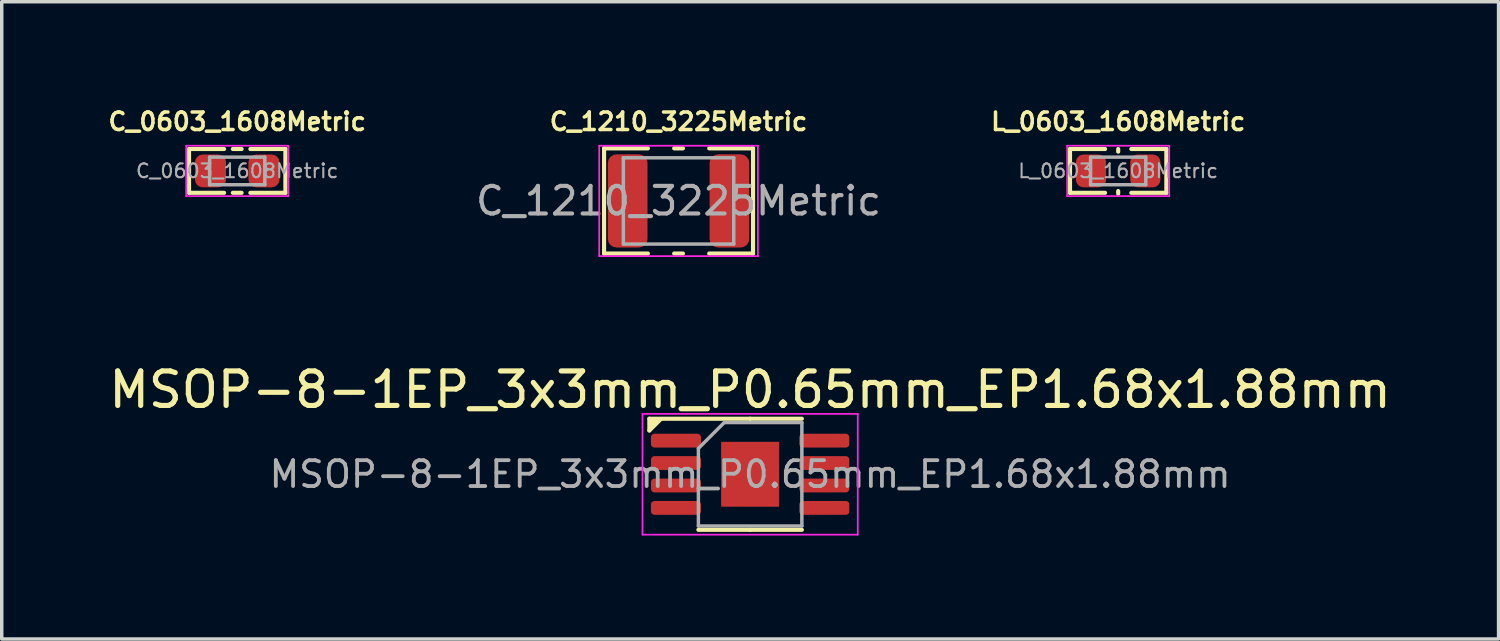
<source format=kicad_pcb>
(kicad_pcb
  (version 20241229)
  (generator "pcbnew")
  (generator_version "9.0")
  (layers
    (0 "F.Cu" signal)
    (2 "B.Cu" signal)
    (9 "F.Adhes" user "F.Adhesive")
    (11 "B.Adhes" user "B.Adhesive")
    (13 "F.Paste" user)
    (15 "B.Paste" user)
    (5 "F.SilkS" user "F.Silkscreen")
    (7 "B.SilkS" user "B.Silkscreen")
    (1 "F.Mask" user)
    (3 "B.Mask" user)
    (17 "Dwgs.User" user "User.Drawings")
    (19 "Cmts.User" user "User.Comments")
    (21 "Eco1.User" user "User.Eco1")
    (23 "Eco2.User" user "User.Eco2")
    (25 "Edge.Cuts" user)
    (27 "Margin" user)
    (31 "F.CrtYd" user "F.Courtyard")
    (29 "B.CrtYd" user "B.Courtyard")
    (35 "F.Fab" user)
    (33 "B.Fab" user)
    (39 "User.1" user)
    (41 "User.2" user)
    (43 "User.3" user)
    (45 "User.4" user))
  (footprint "L_0603_1608Metric"
    (layer "F.Cu")
    (at 29.366 1.905)
    (property "Reference" "L_0603_1608Metric" (at 0 -1.43 0) (layer "F.SilkS") (effects (font (size 0.508 0.508) (thickness 0.102) (bold yes))))
    (attr smd)
    (fp_line (start -1.397 -0.635) (end -1.397 0.635) (stroke (width 0.12) (type default)) (layer "F.SilkS"))
    (fp_line (start -1.397 0.635) (end -0.381 0.635) (stroke (width 0.12) (type default)) (layer "F.SilkS"))
    (fp_line (start -0.381 -0.635) (end -1.397 -0.635) (stroke (width 0.12) (type default)) (layer "F.SilkS"))
    (fp_line (start 0 -0.635) (end 0 -0.559) (stroke (width 0.12) (type default)) (layer "F.SilkS"))
    (fp_line (start 0 0.66) (end 0 0.584) (stroke (width 0.12) (type default)) (layer "F.SilkS"))
    (fp_line (start 0.381 -0.635) (end 1.397 -0.635) (stroke (width 0.12) (type default)) (layer "F.SilkS"))
    (fp_line (start 1.397 -0.635) (end 1.397 0.635) (stroke (width 0.12) (type default)) (layer "F.SilkS"))
    (fp_line (start 1.397 0.635) (end 0.381 0.635) (stroke (width 0.12) (type default)) (layer "F.SilkS"))
    (fp_line (start -1.48 -0.73) (end 1.48 -0.73) (stroke (width 0.05) (type solid)) (layer "F.CrtYd"))
    (fp_line (start -1.48 0.73) (end -1.48 -0.73) (stroke (width 0.05) (type solid)) (layer "F.CrtYd"))
    (fp_line (start 1.48 -0.73) (end 1.48 0.73) (stroke (width 0.05) (type solid)) (layer "F.CrtYd"))
    (fp_line (start 1.48 0.73) (end -1.48 0.73) (stroke (width 0.05) (type solid)) (layer "F.CrtYd"))
    (fp_line (start -0.8 -0.4) (end 0.8 -0.4) (stroke (width 0.1) (type solid)) (layer "F.Fab"))
    (fp_line (start -0.8 0.4) (end -0.8 -0.4) (stroke (width 0.1) (type solid)) (layer "F.Fab"))
    (fp_line (start 0.8 -0.4) (end 0.8 0.4) (stroke (width 0.1) (type solid)) (layer "F.Fab"))
    (fp_line (start 0.8 0.4) (end -0.8 0.4) (stroke (width 0.1) (type solid)) (layer "F.Fab"))
    (fp_text user "${REFERENCE}" (at 0 0 0) (layer "F.Fab") (effects (font (size 0.4 0.4) (thickness 0.06))))
    (pad "1" smd roundrect (at -0.787 0) (size 0.875 0.95) (layers "F.Cu" "F.Mask" "F.Paste") (roundrect_rratio 0.25))
    (pad "2" smd roundrect (at 0.787 0) (size 0.875 0.95) (layers "F.Cu" "F.Mask" "F.Paste") (roundrect_rratio 0.25)))
  (footprint "MSOP-8-1EP_3x3mm_P0.65mm_EP1.68x1.88mm"
    (layer "F.Cu")
    (at 18.696 10.699)
    (property "Reference" "MSOP-8-1EP_3x3mm_P0.65mm_EP1.68x1.88mm" (at 0 -2.45 0) (layer "F.SilkS") (effects (font (size 1 1) (thickness 0.15))))
    (attr smd)
    (fp_line (start -2.921 -1.61) (end -2.921 -1.27) (stroke (width 0.12) (type default)) (layer "F.SilkS"))
    (fp_line (start -2.921 -1.27) (end -2.591 -1.6) (stroke (width 0.12) (type default)) (layer "F.SilkS"))
    (fp_line (start -2.845 -1.6) (end -2.845 -1.422) (stroke (width 0.12) (type default)) (layer "F.SilkS"))
    (fp_line (start -2.845 -1.422) (end -2.718 -1.575) (stroke (width 0.12) (type default)) (layer "F.SilkS"))
    (fp_line (start 0 -1.61) (end -2.921 -1.61) (stroke (width 0.12) (type solid)) (layer "F.SilkS"))
    (fp_line (start 0 -1.61) (end 1.5 -1.61) (stroke (width 0.12) (type solid)) (layer "F.SilkS"))
    (fp_line (start 0 1.61) (end -1.5 1.61) (stroke (width 0.12) (type solid)) (layer "F.SilkS"))
    (fp_line (start 0 1.61) (end 1.5 1.61) (stroke (width 0.12) (type solid)) (layer "F.SilkS"))
    (fp_line (start -3.12 -1.75) (end -3.12 1.75) (stroke (width 0.05) (type solid)) (layer "F.CrtYd"))
    (fp_line (start -3.12 1.75) (end 3.12 1.75) (stroke (width 0.05) (type solid)) (layer "F.CrtYd"))
    (fp_line (start 3.12 -1.75) (end -3.12 -1.75) (stroke (width 0.05) (type solid)) (layer "F.CrtYd"))
    (fp_line (start 3.12 1.75) (end 3.12 -1.75) (stroke (width 0.05) (type solid)) (layer "F.CrtYd"))
    (fp_line (start -1.5 -0.75) (end -0.75 -1.5) (stroke (width 0.1) (type solid)) (layer "F.Fab"))
    (fp_line (start -1.5 1.5) (end -1.5 -0.75) (stroke (width 0.1) (type solid)) (layer "F.Fab"))
    (fp_line (start -0.75 -1.5) (end 1.5 -1.5) (stroke (width 0.1) (type solid)) (layer "F.Fab"))
    (fp_line (start 1.5 -1.5) (end 1.5 1.5) (stroke (width 0.1) (type solid)) (layer "F.Fab"))
    (fp_line (start 1.5 1.5) (end -1.5 1.5) (stroke (width 0.1) (type solid)) (layer "F.Fab"))
    (fp_text user "${REFERENCE}" (at 0 0 0) (layer "F.Fab") (effects (font (size 0.75 0.75) (thickness 0.11))))
    (pad "" smd roundrect (at -0.42 -0.47) (size 0.68 0.76) (layers "F.Paste") (roundrect_rratio 0.25))
    (pad "" smd roundrect (at -0.42 0.47) (size 0.68 0.76) (layers "F.Paste") (roundrect_rratio 0.25))
    (pad "" smd roundrect (at 0.42 -0.47) (size 0.68 0.76) (layers "F.Paste") (roundrect_rratio 0.25))
    (pad "" smd roundrect (at 0.42 0.47) (size 0.68 0.76) (layers "F.Paste") (roundrect_rratio 0.25))
    (pad "1" smd roundrect (at -2.15 -0.975) (size 1.45 0.4) (layers "F.Cu" "F.Mask" "F.Paste") (roundrect_rratio 0.25))
    (pad "2" smd roundrect (at -2.15 -0.325) (size 1.45 0.4) (layers "F.Cu" "F.Mask" "F.Paste") (roundrect_rratio 0.25))
    (pad "3" smd roundrect (at -2.15 0.325) (size 1.45 0.4) (layers "F.Cu" "F.Mask" "F.Paste") (roundrect_rratio 0.25))
    (pad "4" smd roundrect (at -2.15 0.975) (size 1.45 0.4) (layers "F.Cu" "F.Mask" "F.Paste") (roundrect_rratio 0.25))
    (pad "5" smd roundrect (at 2.15 0.975) (size 1.45 0.4) (layers "F.Cu" "F.Mask" "F.Paste") (roundrect_rratio 0.25))
    (pad "6" smd roundrect (at 2.15 0.325) (size 1.45 0.4) (layers "F.Cu" "F.Mask" "F.Paste") (roundrect_rratio 0.25))
    (pad "7" smd roundrect (at 2.15 -0.325) (size 1.45 0.4) (layers "F.Cu" "F.Mask" "F.Paste") (roundrect_rratio 0.25))
    (pad "8" smd roundrect (at 2.15 -0.975) (size 1.45 0.4) (layers "F.Cu" "F.Mask" "F.Paste") (roundrect_rratio 0.25))
    (pad "9" smd rect (at 0 0) (size 1.68 1.88) (layers "F.Cu" "F.Mask")))
  (footprint "C_0603_1608Metric"
    (layer "F.Cu")
    (at 3.827 1.905)
    (property "Reference" "C_0603_1608Metric" (at 0 -1.43 0) (layer "F.SilkS") (effects (font (size 0.508 0.508) (thickness 0.102) (bold yes))))
    (attr smd)
    (fp_line (start -1.397 -0.635) (end -1.397 0.635) (stroke (width 0.12) (type default)) (layer "F.SilkS"))
    (fp_line (start -1.397 0.635) (end -0.381 0.635) (stroke (width 0.12) (type default)) (layer "F.SilkS"))
    (fp_line (start -0.381 -0.635) (end -1.397 -0.635) (stroke (width 0.12) (type default)) (layer "F.SilkS"))
    (fp_line (start -0.127 -0.635) (end 0 -0.635) (stroke (width 0.12) (type default)) (layer "F.SilkS"))
    (fp_line (start -0.127 0.635) (end 0.127 0.635) (stroke (width 0.12) (type default)) (layer "F.SilkS"))
    (fp_line (start 0 -0.635) (end 0.127 -0.635) (stroke (width 0.12) (type default)) (layer "F.SilkS"))
    (fp_line (start 0.381 -0.635) (end 1.27 -0.635) (stroke (width 0.12) (type default)) (layer "F.SilkS"))
    (fp_line (start 1.27 -0.635) (end 1.397 -0.635) (stroke (width 0.12) (type default)) (layer "F.SilkS"))
    (fp_line (start 1.397 -0.635) (end 1.397 0.635) (stroke (width 0.12) (type default)) (layer "F.SilkS"))
    (fp_line (start 1.397 0.635) (end 0.381 0.635) (stroke (width 0.12) (type default)) (layer "F.SilkS"))
    (fp_line (start -1.48 -0.73) (end 1.48 -0.73) (stroke (width 0.05) (type solid)) (layer "F.CrtYd"))
    (fp_line (start -1.48 0.73) (end -1.48 -0.73) (stroke (width 0.05) (type solid)) (layer "F.CrtYd"))
    (fp_line (start 1.48 -0.73) (end 1.48 0.73) (stroke (width 0.05) (type solid)) (layer "F.CrtYd"))
    (fp_line (start 1.48 0.73) (end -1.48 0.73) (stroke (width 0.05) (type solid)) (layer "F.CrtYd"))
    (fp_line (start -0.8 -0.4) (end 0.8 -0.4) (stroke (width 0.1) (type solid)) (layer "F.Fab"))
    (fp_line (start -0.8 0.4) (end -0.8 -0.4) (stroke (width 0.1) (type solid)) (layer "F.Fab"))
    (fp_line (start 0.8 -0.4) (end 0.8 0.4) (stroke (width 0.1) (type solid)) (layer "F.Fab"))
    (fp_line (start 0.8 0.4) (end -0.8 0.4) (stroke (width 0.1) (type solid)) (layer "F.Fab"))
    (fp_text user "${REFERENCE}" (at 0 0 0) (layer "F.Fab") (effects (font (size 0.4 0.4) (thickness 0.06))))
    (pad "1" smd roundrect (at -0.775 0) (size 0.9 0.95) (layers "F.Cu" "F.Mask" "F.Paste") (roundrect_rratio 0.25))
    (pad "2" smd roundrect (at 0.775 0) (size 0.9 0.95) (layers "F.Cu" "F.Mask" "F.Paste") (roundrect_rratio 0.25)))
  (footprint "C_1210_3225Metric"
    (layer "F.Cu")
    (at 16.621 2.775)
    (property "Reference" "C_1210_3225Metric" (at 0 -2.3 0) (layer "F.SilkS") (effects (font (size 0.508 0.508) (thickness 0.102) (bold yes))))
    (attr smd)
    (fp_line (start -2.159 -1.524) (end -2.159 1.524) (stroke (width 0.12) (type default)) (layer "F.SilkS"))
    (fp_line (start -2.159 1.524) (end -0.889 1.524) (stroke (width 0.12) (type default)) (layer "F.SilkS"))
    (fp_line (start -0.889 -1.524) (end -2.159 -1.524) (stroke (width 0.12) (type default)) (layer "F.SilkS"))
    (fp_line (start -0.127 -1.524) (end 0.127 -1.524) (stroke (width 0.12) (type default)) (layer "F.SilkS"))
    (fp_line (start -0.127 1.524) (end 0.127 1.524) (stroke (width 0.12) (type default)) (layer "F.SilkS"))
    (fp_line (start 0.889 -1.524) (end 2.159 -1.524) (stroke (width 0.12) (type default)) (layer "F.SilkS"))
    (fp_line (start 2.159 -1.524) (end 2.159 1.524) (stroke (width 0.12) (type default)) (layer "F.SilkS"))
    (fp_line (start 2.159 1.524) (end 0.889 1.524) (stroke (width 0.12) (type default)) (layer "F.SilkS"))
    (fp_line (start -2.3 -1.6) (end 2.3 -1.6) (stroke (width 0.05) (type solid)) (layer "F.CrtYd"))
    (fp_line (start -2.3 1.6) (end -2.3 -1.6) (stroke (width 0.05) (type solid)) (layer "F.CrtYd"))
    (fp_line (start 2.3 -1.6) (end 2.3 1.6) (stroke (width 0.05) (type solid)) (layer "F.CrtYd"))
    (fp_line (start 2.3 1.6) (end -2.3 1.6) (stroke (width 0.05) (type solid)) (layer "F.CrtYd"))
    (fp_line (start -1.6 -1.25) (end 1.6 -1.25) (stroke (width 0.1) (type solid)) (layer "F.Fab"))
    (fp_line (start -1.6 1.25) (end -1.6 -1.25) (stroke (width 0.1) (type solid)) (layer "F.Fab"))
    (fp_line (start 1.6 -1.25) (end 1.6 1.25) (stroke (width 0.1) (type solid)) (layer "F.Fab"))
    (fp_line (start 1.6 1.25) (end -1.6 1.25) (stroke (width 0.1) (type solid)) (layer "F.Fab"))
    (fp_text user "${REFERENCE}" (at 0 0 0) (layer "F.Fab") (effects (font (size 0.8 0.8) (thickness 0.12))))
    (pad "1" smd roundrect (at -1.475 0) (size 1.15 2.7) (layers "F.Cu" "F.Mask" "F.Paste") (roundrect_rratio 0.217))
    (pad "2" smd roundrect (at 1.475 0) (size 1.15 2.7) (layers "F.Cu" "F.Mask" "F.Paste") (roundrect_rratio 0.217)))
  (gr_rect
    (start -3 -3)
    (end 40.393 15.474)
    (stroke (width 0.1) (type default))
    (fill no)
    (layer "Edge.Cuts")))
</source>
